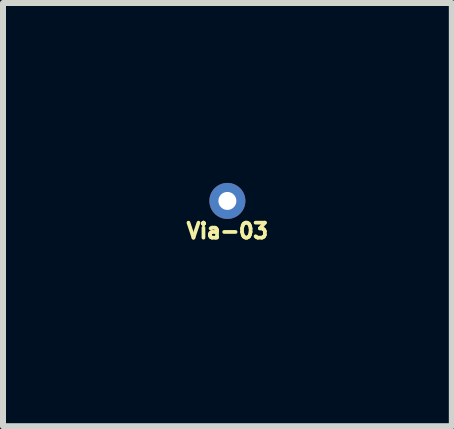
<source format=kicad_pcb>
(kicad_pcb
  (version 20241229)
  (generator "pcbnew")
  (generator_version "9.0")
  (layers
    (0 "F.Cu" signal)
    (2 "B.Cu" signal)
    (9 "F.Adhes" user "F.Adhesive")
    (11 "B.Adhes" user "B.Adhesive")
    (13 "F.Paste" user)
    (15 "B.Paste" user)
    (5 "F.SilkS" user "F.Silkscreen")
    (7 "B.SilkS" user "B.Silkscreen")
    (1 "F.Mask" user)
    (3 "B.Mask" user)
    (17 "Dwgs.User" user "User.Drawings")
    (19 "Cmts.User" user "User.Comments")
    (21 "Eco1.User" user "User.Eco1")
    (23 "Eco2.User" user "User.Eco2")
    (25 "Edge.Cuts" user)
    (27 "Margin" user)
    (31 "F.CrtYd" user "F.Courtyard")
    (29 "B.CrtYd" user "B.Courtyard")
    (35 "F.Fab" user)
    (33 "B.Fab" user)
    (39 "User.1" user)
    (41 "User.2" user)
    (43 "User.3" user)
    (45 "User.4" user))
  (footprint "Via-03"
    (layer "F.Cu")
    (at 0.741 0.3)
    (property "Reference" "Via-03" (at 0 0.5 0) (layer "F.SilkS") (effects (font (size 0.25 0.25) (thickness 0.062))))
    (attr through_hole)
    (pad "" thru_hole circle (at 0 0) (size 0.6 0.6) (drill 0.3) (layers "*.Cu")))
  (gr_rect
    (start -3 -3)
    (end 4.483 4.056)
    (stroke (width 0.1) (type default))
    (fill no)
    (layer "Edge.Cuts")))
</source>
